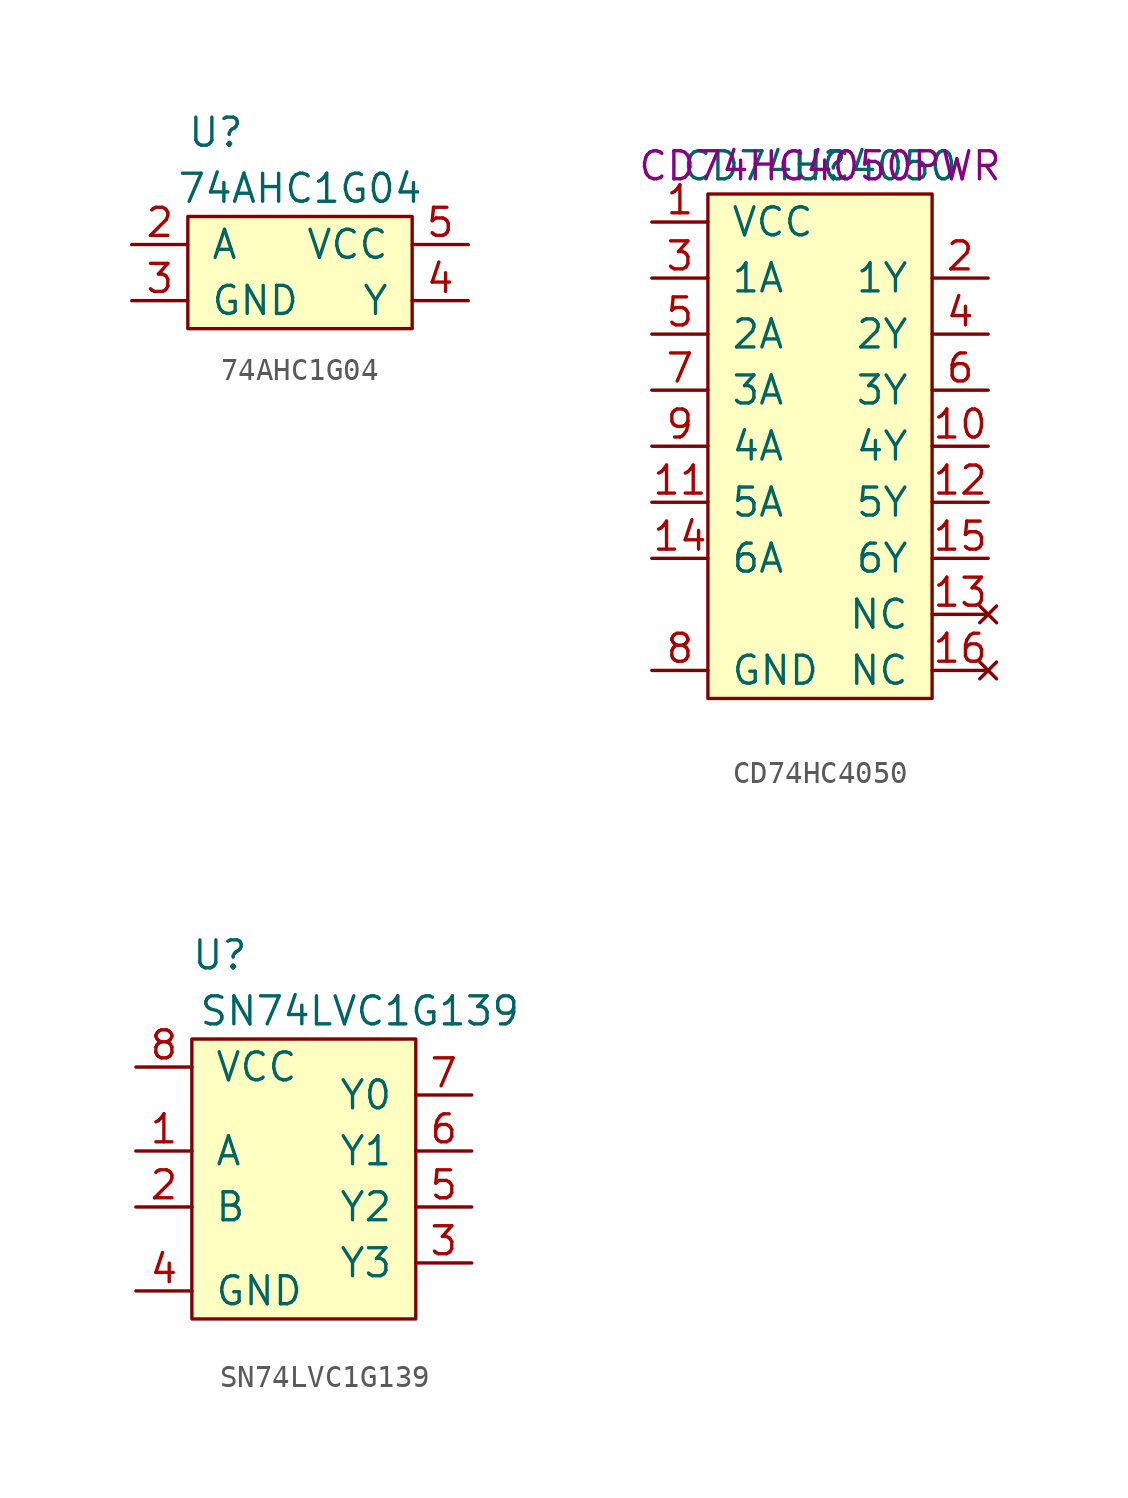
<source format=kicad_sym>
(kicad_symbol_lib
  (version 20201005)
  (generator kicad_symbol_editor)
  (symbol "74AHC1G04"
    (pin_names
      (offset 1.016))
    (property "Reference" "U"
      (at -3.81 6.35 0)
      (effects (font (size 1.27 1.27))))
    (property "Value" "74AHC1G04"
      (at 0 3.81 0)
      (effects (font (size 1.27 1.27))))
    (symbol "74AHC1G04_0_1"
      (rectangle (start 5.08 -2.54) (end -5.08 2.54) (stroke (width 0)) (fill (type background))))
    (symbol "74AHC1G04_1_1"
      (pin bidirectional line (at -7.62 1.27 0) (length 2.54) (name "A" (effects (font (size 1.27 1.27)))) (number "2" (effects (font (size 1.27 1.27)))))
      (pin power_in line (at -7.62 -1.27 0) (length 2.54) (name "GND" (effects (font (size 1.27 1.27)))) (number "3" (effects (font (size 1.27 1.27)))))
      (pin bidirectional line (at 7.62 -1.27 180) (length 2.54) (name "Y" (effects (font (size 1.27 1.27)))) (number "4" (effects (font (size 1.27 1.27)))))
      (pin power_in line (at 7.62 1.27 180) (length 2.54) (name "VCC" (effects (font (size 1.27 1.27)))) (number "5" (effects (font (size 1.27 1.27)))))))
  (symbol "CD74HC4050"
    (pin_names
      (offset 1.016))
    (property "Reference" "U"
      (at 0 12.7 0)
      (effects (font (size 1.27 1.27))))
    (property "Value" "CD74HC4050"
      (at 0 12.7 0)
      (effects (font (size 1.27 1.27))))
    (property "MPN" "CD74HC4050PWR"
      (at 0 12.7 0)
      (effects (font (size 1.27 1.27))))
    (symbol "CD74HC4050_0_1"
      (rectangle (start -5.08 11.43) (end 5.08 -11.43) (stroke (width 0)) (fill (type background))))
    (symbol "CD74HC4050_1_1"
      (pin power_in line (at -7.62 10.16 0) (length 2.54) (name "VCC" (effects (font (size 1.27 1.27)))) (number "1" (effects (font (size 1.27 1.27)))))
      (pin bidirectional line (at 7.62 0 180) (length 2.54) (name "4Y" (effects (font (size 1.27 1.27)))) (number "10" (effects (font (size 1.27 1.27)))))
      (pin bidirectional line (at -7.62 -2.54 0) (length 2.54) (name "5A" (effects (font (size 1.27 1.27)))) (number "11" (effects (font (size 1.27 1.27)))))
      (pin bidirectional line (at 7.62 -2.54 180) (length 2.54) (name "5Y" (effects (font (size 1.27 1.27)))) (number "12" (effects (font (size 1.27 1.27)))))
      (pin unconnected line (at 7.62 -7.62 180) (length 2.54) (name "NC" (effects (font (size 1.27 1.27)))) (number "13" (effects (font (size 1.27 1.27)))))
      (pin bidirectional line (at -7.62 -5.08 0) (length 2.54) (name "6A" (effects (font (size 1.27 1.27)))) (number "14" (effects (font (size 1.27 1.27)))))
      (pin bidirectional line (at 7.62 -5.08 180) (length 2.54) (name "6Y" (effects (font (size 1.27 1.27)))) (number "15" (effects (font (size 1.27 1.27)))))
      (pin unconnected line (at 7.62 -10.16 180) (length 2.54) (name "NC" (effects (font (size 1.27 1.27)))) (number "16" (effects (font (size 1.27 1.27)))))
      (pin bidirectional line (at 7.62 7.62 180) (length 2.54) (name "1Y" (effects (font (size 1.27 1.27)))) (number "2" (effects (font (size 1.27 1.27)))))
      (pin bidirectional line (at -7.62 7.62 0) (length 2.54) (name "1A" (effects (font (size 1.27 1.27)))) (number "3" (effects (font (size 1.27 1.27)))))
      (pin bidirectional line (at 7.62 5.08 180) (length 2.54) (name "2Y" (effects (font (size 1.27 1.27)))) (number "4" (effects (font (size 1.27 1.27)))))
      (pin bidirectional line (at -7.62 5.08 0) (length 2.54) (name "2A" (effects (font (size 1.27 1.27)))) (number "5" (effects (font (size 1.27 1.27)))))
      (pin bidirectional line (at 7.62 2.54 180) (length 2.54) (name "3Y" (effects (font (size 1.27 1.27)))) (number "6" (effects (font (size 1.27 1.27)))))
      (pin bidirectional line (at -7.62 2.54 0) (length 2.54) (name "3A" (effects (font (size 1.27 1.27)))) (number "7" (effects (font (size 1.27 1.27)))))
      (pin power_in line (at -7.62 -10.16 0) (length 2.54) (name "GND" (effects (font (size 1.27 1.27)))) (number "8" (effects (font (size 1.27 1.27)))))
      (pin bidirectional line (at -7.62 0 0) (length 2.54) (name "4A" (effects (font (size 1.27 1.27)))) (number "9" (effects (font (size 1.27 1.27)))))))
  (symbol "SN74LVC1G139"
    (pin_names
      (offset 1.016))
    (property "Reference" "U"
      (at -3.81 10.16 0)
      (effects (font (size 1.27 1.27))))
    (property "Value" "SN74LVC1G139"
      (at 2.54 7.62 0)
      (effects (font (size 1.27 1.27))))
    (symbol "SN74LVC1G139_0_1"
      (rectangle (start 5.08 -6.35) (end -5.08 6.35) (stroke (width 0)) (fill (type background))))
    (symbol "SN74LVC1G139_1_1"
      (pin bidirectional line (at -7.62 1.27 0) (length 2.54) (name "A" (effects (font (size 1.27 1.27)))) (number "1" (effects (font (size 1.27 1.27)))))
      (pin bidirectional line (at -7.62 -1.27 0) (length 2.54) (name "B" (effects (font (size 1.27 1.27)))) (number "2" (effects (font (size 1.27 1.27)))))
      (pin bidirectional line (at 7.62 -3.81 180) (length 2.54) (name "Y3" (effects (font (size 1.27 1.27)))) (number "3" (effects (font (size 1.27 1.27)))))
      (pin power_in line (at -7.62 -5.08 0) (length 2.54) (name "GND" (effects (font (size 1.27 1.27)))) (number "4" (effects (font (size 1.27 1.27)))))
      (pin bidirectional line (at 7.62 -1.27 180) (length 2.54) (name "Y2" (effects (font (size 1.27 1.27)))) (number "5" (effects (font (size 1.27 1.27)))))
      (pin bidirectional line (at 7.62 1.27 180) (length 2.54) (name "Y1" (effects (font (size 1.27 1.27)))) (number "6" (effects (font (size 1.27 1.27)))))
      (pin bidirectional line (at 7.62 3.81 180) (length 2.54) (name "Y0" (effects (font (size 1.27 1.27)))) (number "7" (effects (font (size 1.27 1.27)))))
      (pin power_in line (at -7.62 5.08 0) (length 2.54) (name "VCC" (effects (font (size 1.27 1.27)))) (number "8" (effects (font (size 1.27 1.27))))))))
</source>
